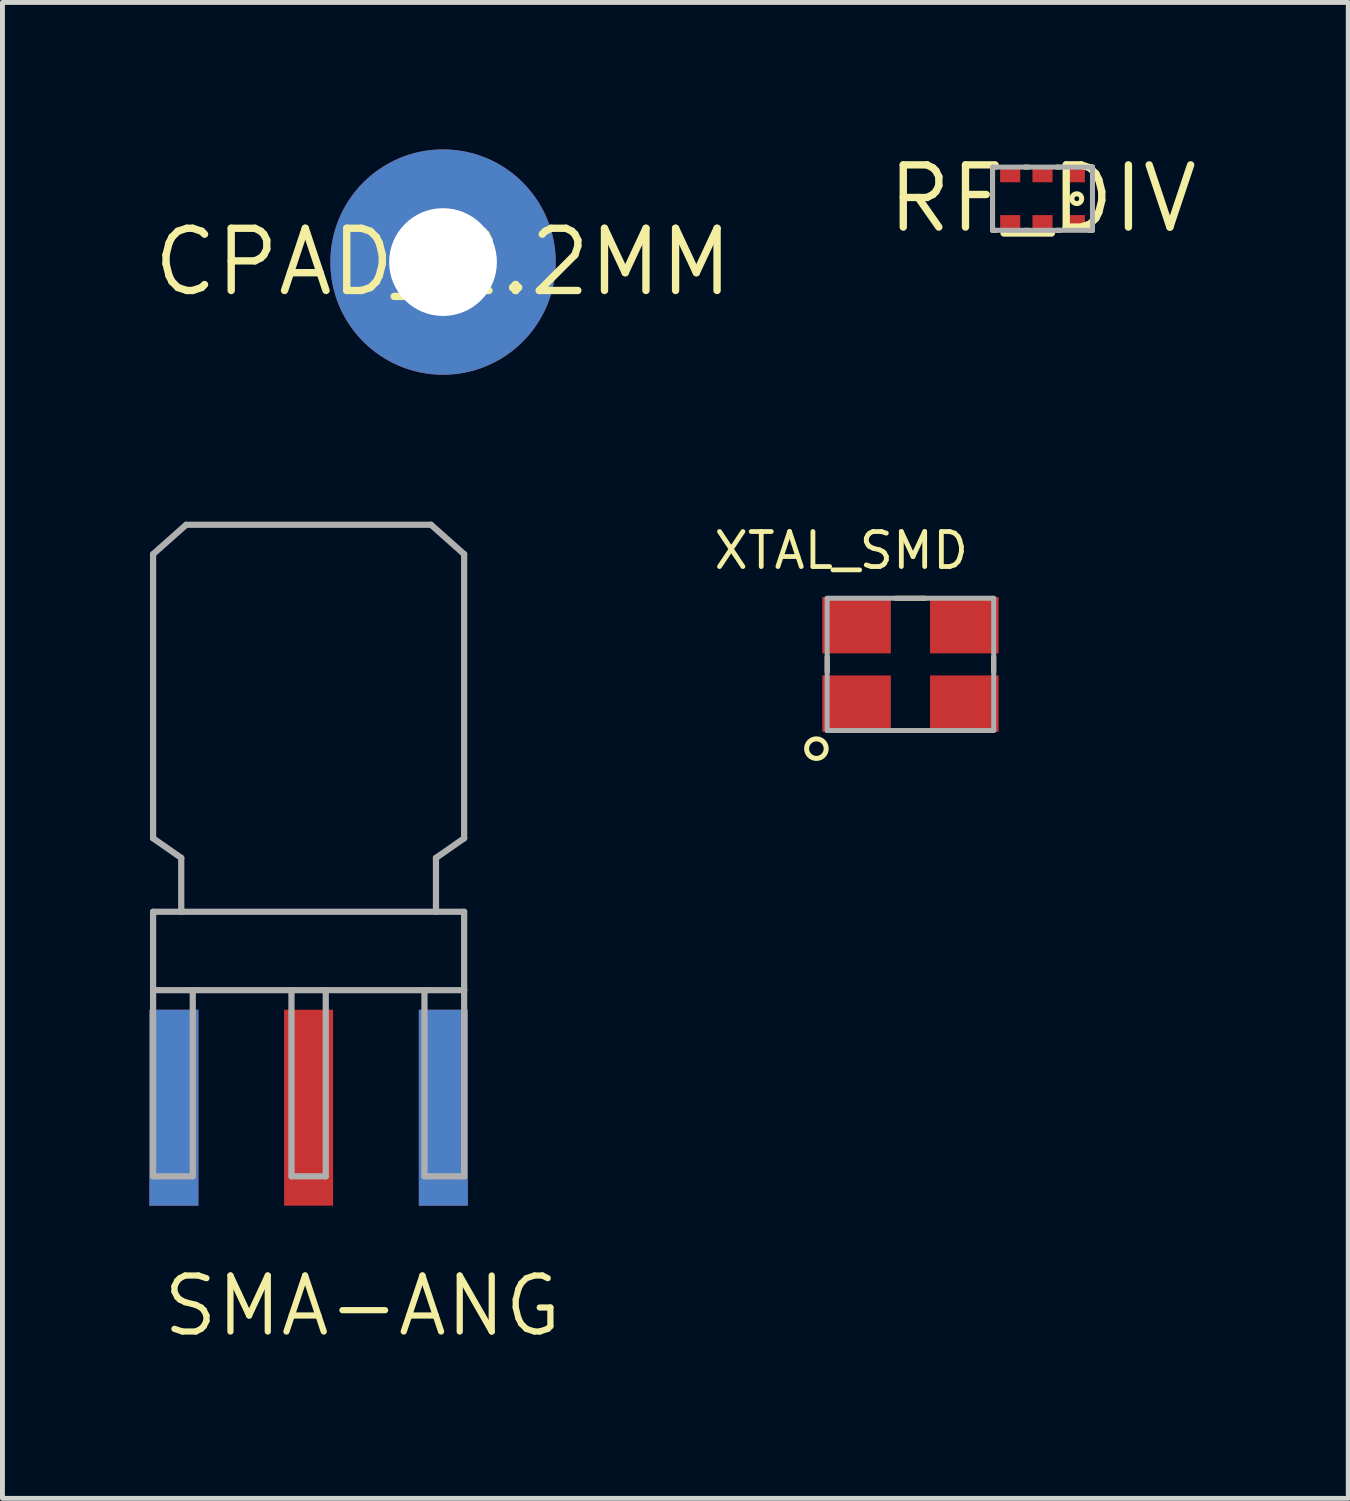
<source format=kicad_pcb>
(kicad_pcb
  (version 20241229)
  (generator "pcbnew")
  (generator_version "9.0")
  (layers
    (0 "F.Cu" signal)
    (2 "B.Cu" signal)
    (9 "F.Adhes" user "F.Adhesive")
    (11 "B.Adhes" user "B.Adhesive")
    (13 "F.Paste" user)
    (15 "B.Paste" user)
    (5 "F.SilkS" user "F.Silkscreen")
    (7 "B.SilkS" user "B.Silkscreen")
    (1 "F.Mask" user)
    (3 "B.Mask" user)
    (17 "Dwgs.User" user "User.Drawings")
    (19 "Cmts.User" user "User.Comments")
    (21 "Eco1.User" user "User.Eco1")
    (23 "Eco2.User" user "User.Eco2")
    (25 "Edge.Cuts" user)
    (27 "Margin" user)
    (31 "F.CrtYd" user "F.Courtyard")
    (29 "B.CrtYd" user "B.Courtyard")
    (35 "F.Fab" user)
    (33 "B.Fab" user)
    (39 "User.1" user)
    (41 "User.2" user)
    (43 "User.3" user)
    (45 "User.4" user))
  (footprint "RF_DIV"
    (layer "F.Cu")
    (at 18.232 1.006)
    (property "Reference" "RF_DIV" (at 0 0 0) (layer "F.SilkS") (effects (font (size 1.27 1.27) (thickness 0.15))))
    (fp_line (start -1.02 -0.645) (end -1.02 0.645) (stroke (width 0.102) (type solid)) (layer "F.SilkS"))
    (fp_line (start -1.02 -0.645) (end -0.95 -0.645) (stroke (width 0.102) (type solid)) (layer "F.SilkS"))
    (fp_line (start -1.02 0.645) (end -0.95 0.645) (stroke (width 0.102) (type solid)) (layer "F.SilkS"))
    (fp_line (start -0.36 -0.645) (end -0.29 -0.645) (stroke (width 0.102) (type solid)) (layer "F.SilkS"))
    (fp_line (start -0.29 0.645) (end -0.36 0.645) (stroke (width 0.102) (type solid)) (layer "F.SilkS"))
    (fp_line (start 0.29 -0.645) (end 0.36 -0.645) (stroke (width 0.102) (type solid)) (layer "F.SilkS"))
    (fp_line (start 0.36 0.645) (end 0.29 0.645) (stroke (width 0.102) (type solid)) (layer "F.SilkS"))
    (fp_line (start 1.02 -0.645) (end 0.95 -0.645) (stroke (width 0.102) (type solid)) (layer "F.SilkS"))
    (fp_line (start 1.02 0.645) (end 0.95 0.645) (stroke (width 0.102) (type solid)) (layer "F.SilkS"))
    (fp_line (start 1.02 0.645) (end 1.02 -0.645) (stroke (width 0.102) (type solid)) (layer "F.SilkS"))
    (fp_circle (center 0.7 0) (end 0.8 0) (stroke (width 0.102) (type solid)) (fill no) (layer "F.SilkS"))
    (fp_line (start -1.02 -0.645) (end -1.02 0.645) (stroke (width 0.102) (type solid)) (layer "F.Fab"))
    (fp_line (start -1.02 0.645) (end 1.02 0.645) (stroke (width 0.102) (type solid)) (layer "F.Fab"))
    (fp_line (start 1.02 -0.645) (end -1.02 -0.645) (stroke (width 0.102) (type solid)) (layer "F.Fab"))
    (fp_line (start 1.02 0.645) (end 1.02 -0.645) (stroke (width 0.102) (type solid)) (layer "F.Fab"))
    (pad "1" smd rect (at 0.66 -0.5) (size 0.41 0.33) (layers "F.Cu" "F.Mask" "F.Paste"))
    (pad "2" smd rect (at 0 -0.5) (size 0.41 0.33) (layers "F.Cu" "F.Mask" "F.Paste"))
    (pad "3" smd rect (at -0.66 -0.5) (size 0.41 0.33) (layers "F.Cu" "F.Mask" "F.Paste"))
    (pad "4" smd rect (at -0.66 0.5) (size 0.41 0.33) (layers "F.Cu" "F.Mask" "F.Paste"))
    (pad "5" smd rect (at 0 0.5) (size 0.41 0.33) (layers "F.Cu" "F.Mask" "F.Paste"))
    (pad "6" smd rect (at 0.66 0.5) (size 0.41 0.33) (layers "F.Cu" "F.Mask" "F.Paste")))
  (footprint "SMA-ANG"
    (layer "F.Cu")
    (at 3.25 15.563)
    (property "Reference" "SMA-ANG" (at -3.04 8.715 0) (layer "F.SilkS") (effects (font (size 1.143 1.143) (thickness 0.127)) (justify left bottom)))
    (fp_line (start -3.175 -7.3) (end -2.5 -7.9) (stroke (width 0.127) (type solid)) (layer "F.Fab"))
    (fp_line (start -3.175 -1.5) (end -3.175 -7.3) (stroke (width 0.127) (type solid)) (layer "F.Fab"))
    (fp_line (start -3.175 0) (end -3.175 1.6) (stroke (width 0.127) (type solid)) (layer "F.Fab"))
    (fp_line (start -3.175 1.6) (end -3.175 5.4) (stroke (width 0.127) (type solid)) (layer "F.Fab"))
    (fp_line (start -2.6 -1.1) (end -3.175 -1.5) (stroke (width 0.127) (type solid)) (layer "F.Fab"))
    (fp_line (start -2.6 0) (end -3.175 0) (stroke (width 0.127) (type solid)) (layer "F.Fab"))
    (fp_line (start -2.6 0) (end -2.6 -1.1) (stroke (width 0.127) (type solid)) (layer "F.Fab"))
    (fp_line (start -2.5 -7.9) (end 2.5 -7.9) (stroke (width 0.127) (type solid)) (layer "F.Fab"))
    (fp_line (start -2.365 1.6) (end -3.175 1.6) (stroke (width 0.127) (type solid)) (layer "F.Fab"))
    (fp_line (start -2.365 1.6) (end -2.365 5.4) (stroke (width 0.127) (type solid)) (layer "F.Fab"))
    (fp_line (start -2.365 5.4) (end -3.175 5.4) (stroke (width 0.127) (type solid)) (layer "F.Fab"))
    (fp_line (start -0.35 1.6) (end -2.365 1.6) (stroke (width 0.127) (type solid)) (layer "F.Fab"))
    (fp_line (start -0.35 1.6) (end -0.35 5.4) (stroke (width 0.127) (type solid)) (layer "F.Fab"))
    (fp_line (start 0.35 1.6) (end -0.35 1.6) (stroke (width 0.127) (type solid)) (layer "F.Fab"))
    (fp_line (start 0.35 1.6) (end 0.35 5.4) (stroke (width 0.127) (type solid)) (layer "F.Fab"))
    (fp_line (start 0.35 5.4) (end -0.35 5.4) (stroke (width 0.127) (type solid)) (layer "F.Fab"))
    (fp_line (start 2.365 1.6) (end 0.35 1.6) (stroke (width 0.127) (type solid)) (layer "F.Fab"))
    (fp_line (start 2.365 5.4) (end 2.365 1.6) (stroke (width 0.127) (type solid)) (layer "F.Fab"))
    (fp_line (start 2.5 -7.9) (end 3.175 -7.3) (stroke (width 0.127) (type solid)) (layer "F.Fab"))
    (fp_line (start 2.6 -1.1) (end 2.6 0) (stroke (width 0.127) (type solid)) (layer "F.Fab"))
    (fp_line (start 2.6 0) (end -2.6 0) (stroke (width 0.127) (type solid)) (layer "F.Fab"))
    (fp_line (start 3.175 -7.3) (end 3.175 -1.5) (stroke (width 0.127) (type solid)) (layer "F.Fab"))
    (fp_line (start 3.175 -1.5) (end 2.6 -1.1) (stroke (width 0.127) (type solid)) (layer "F.Fab"))
    (fp_line (start 3.175 0) (end 2.6 0) (stroke (width 0.127) (type solid)) (layer "F.Fab"))
    (fp_line (start 3.175 1.6) (end 2.365 1.6) (stroke (width 0.127) (type solid)) (layer "F.Fab"))
    (fp_line (start 3.175 1.6) (end 3.175 0) (stroke (width 0.127) (type solid)) (layer "F.Fab"))
    (fp_line (start 3.175 5.4) (end 2.365 5.4) (stroke (width 0.127) (type solid)) (layer "F.Fab"))
    (fp_line (start 3.175 5.4) (end 3.175 1.6) (stroke (width 0.127) (type solid)) (layer "F.Fab"))
    (pad "P1" smd rect (at 0 4 270) (size 4 1) (layers "F.Cu" "F.Mask"))
    (pad "P2" smd rect (at -2.75 4 270) (size 4 1) (layers "F.Cu" "F.Mask"))
    (pad "P3" smd rect (at 2.75 4 270) (size 4 1) (layers "F.Cu" "F.Mask"))
    (pad "P4" smd rect (at -2.75 4 270) (size 4 1) (layers "B.Cu" "B.Mask"))
    (pad "P5" smd rect (at 2.75 4 270) (size 4 1) (layers "B.Cu" "B.Mask")))
  (footprint "CPAD_2.2MM"
    (layer "F.Cu")
    (at 5.994 2.3)
    (property "Reference" "CPAD_2.2MM" (at 0 0 0) (layer "F.SilkS") (effects (font (size 1.27 1.27) (thickness 0.15))))
    (pad "EP" thru_hole circle (at 0 0) (size 4.6 4.6) (drill 2.2) (layers "*.Cu" "*.Mask")))
  (footprint "XTAL_SMD"
    (layer "F.Cu")
    (at 15.536 10.513)
    (property "Reference" "XTAL_SMD" (at -4.064 -1.905 0) (layer "F.SilkS") (effects (font (size 0.715 0.715) (thickness 0.098)) (justify left bottom)))
    (fp_line (start -1.7 0.15) (end -1.7 -0.15) (stroke (width 0.102) (type solid)) (layer "F.SilkS"))
    (fp_line (start -0.3 -1.35) (end 0.3 -1.35) (stroke (width 0.102) (type solid)) (layer "F.SilkS"))
    (fp_line (start -0.3 1.35) (end 0.3 1.35) (stroke (width 0.102) (type solid)) (layer "F.SilkS"))
    (fp_line (start 1.7 0.15) (end 1.7 -0.15) (stroke (width 0.102) (type solid)) (layer "F.SilkS"))
    (fp_circle (center -1.92 1.72) (end -1.72 1.72) (stroke (width 0.102) (type solid)) (fill no) (layer "F.SilkS"))
    (fp_line (start -1.7 -1.35) (end -1.7 1.35) (stroke (width 0.102) (type solid)) (layer "F.Fab"))
    (fp_line (start -1.7 1.35) (end 1.7 1.35) (stroke (width 0.102) (type solid)) (layer "F.Fab"))
    (fp_line (start 1.7 -1.35) (end -1.7 -1.35) (stroke (width 0.102) (type solid)) (layer "F.Fab"))
    (fp_line (start 1.7 1.35) (end 1.7 -1.35) (stroke (width 0.102) (type solid)) (layer "F.Fab"))
    (pad "P1" smd rect (at -1.1 0.8 90) (size 1.15 1.4) (layers "F.Cu" "F.Mask" "F.Paste"))
    (pad "P2" smd rect (at 1.1 0.8 90) (size 1.15 1.4) (layers "F.Cu" "F.Mask" "F.Paste"))
    (pad "P3" smd rect (at 1.1 -0.8 90) (size 1.15 1.4) (layers "F.Cu" "F.Mask" "F.Paste"))
    (pad "P4" smd rect (at -1.1 -0.8 90) (size 1.15 1.4) (layers "F.Cu" "F.Mask" "F.Paste")))
  (gr_rect
    (start -3 -3)
    (end 24.474 27.538)
    (stroke (width 0.1) (type default))
    (fill no)
    (layer "Edge.Cuts")))
</source>
